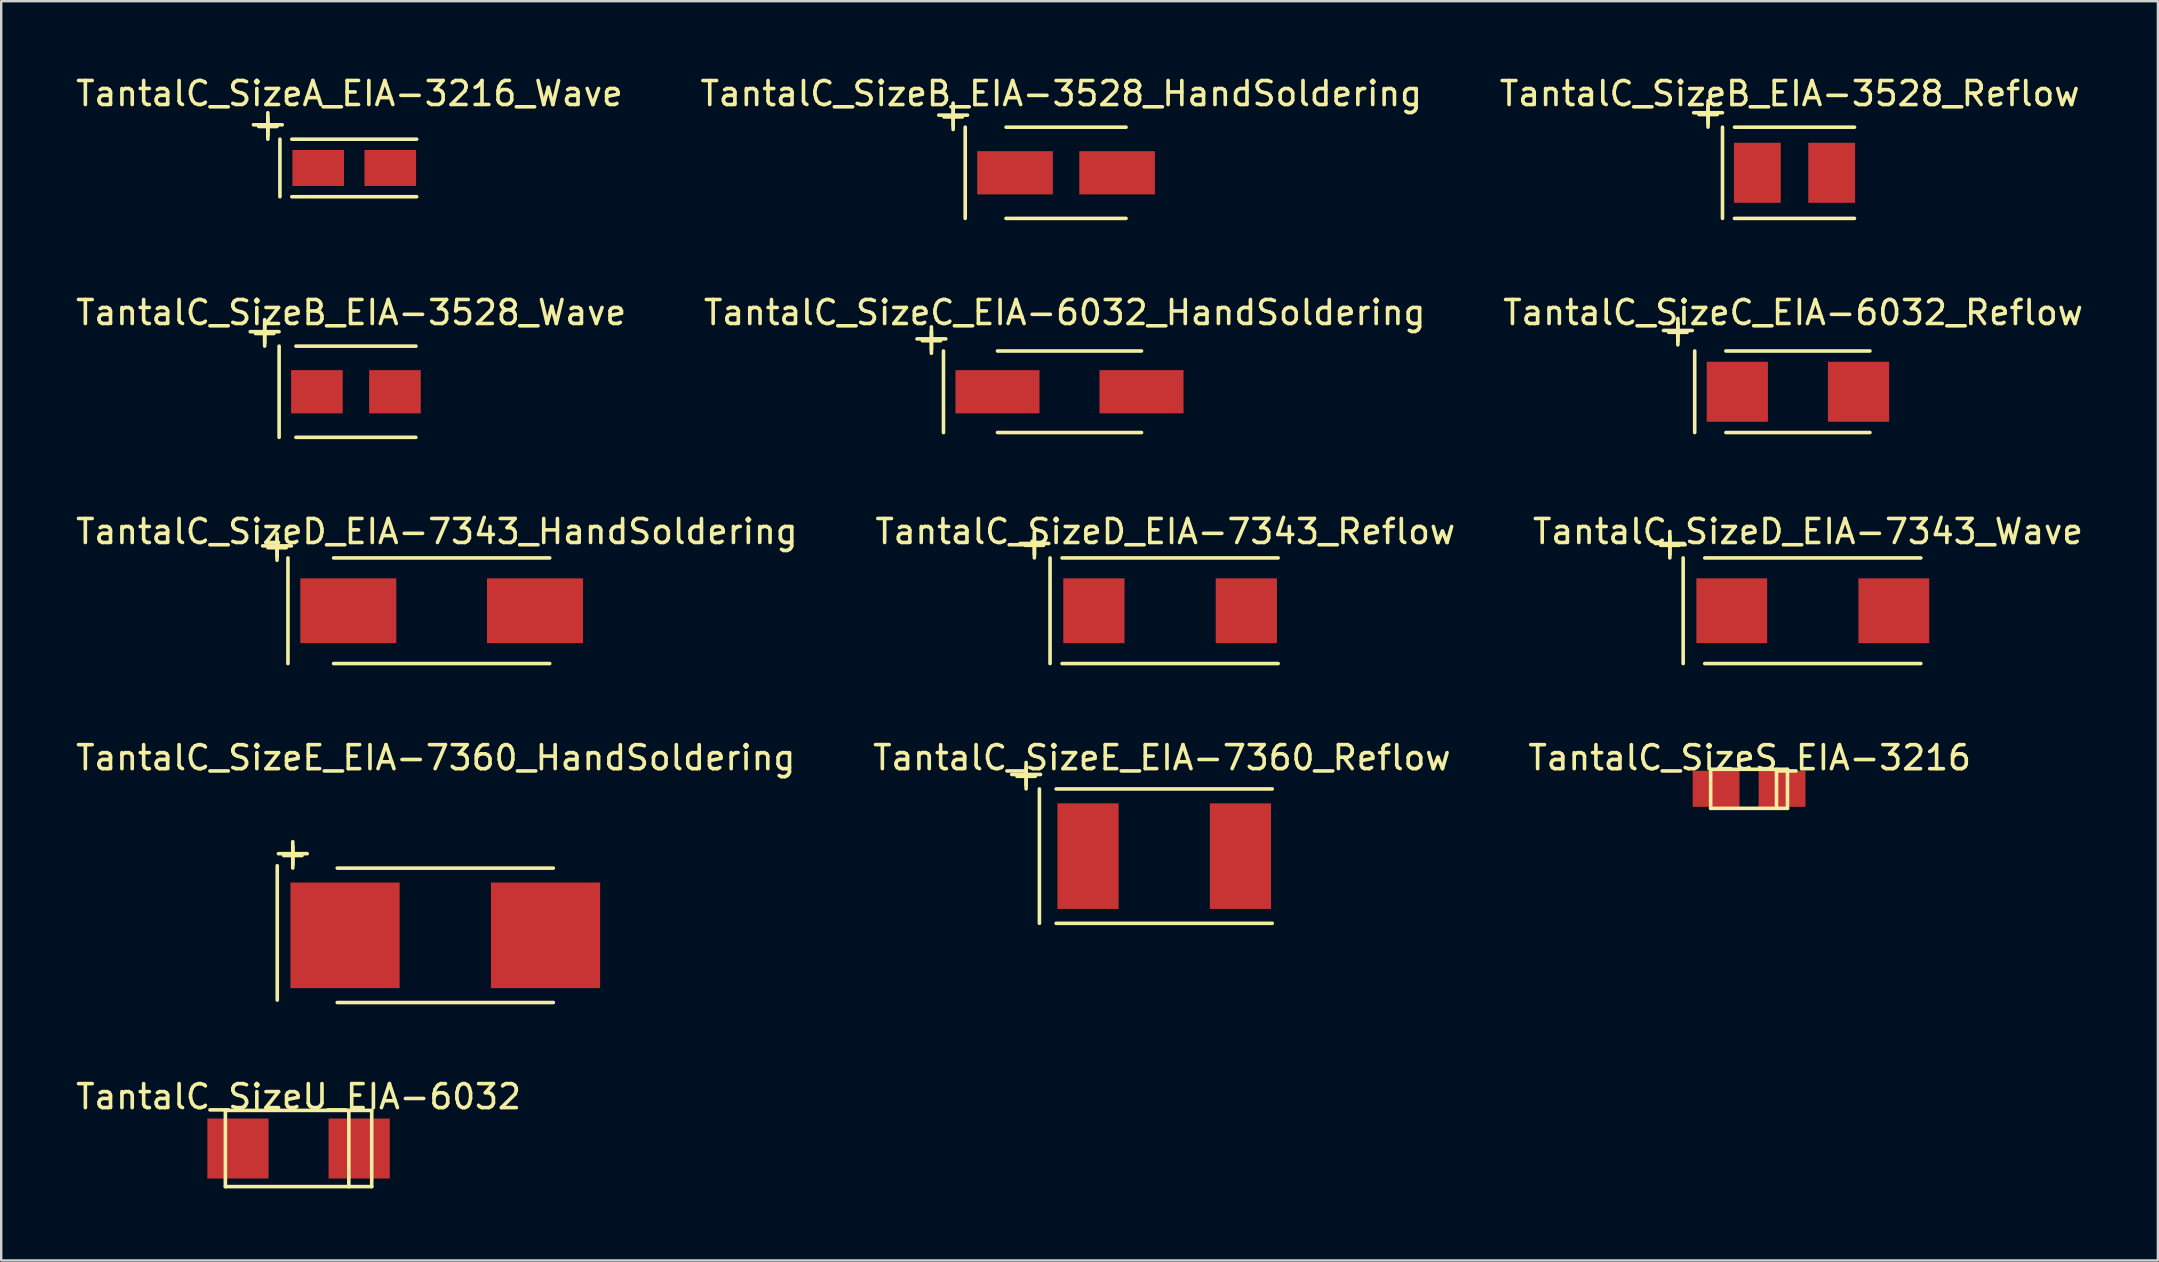
<source format=kicad_pcb>
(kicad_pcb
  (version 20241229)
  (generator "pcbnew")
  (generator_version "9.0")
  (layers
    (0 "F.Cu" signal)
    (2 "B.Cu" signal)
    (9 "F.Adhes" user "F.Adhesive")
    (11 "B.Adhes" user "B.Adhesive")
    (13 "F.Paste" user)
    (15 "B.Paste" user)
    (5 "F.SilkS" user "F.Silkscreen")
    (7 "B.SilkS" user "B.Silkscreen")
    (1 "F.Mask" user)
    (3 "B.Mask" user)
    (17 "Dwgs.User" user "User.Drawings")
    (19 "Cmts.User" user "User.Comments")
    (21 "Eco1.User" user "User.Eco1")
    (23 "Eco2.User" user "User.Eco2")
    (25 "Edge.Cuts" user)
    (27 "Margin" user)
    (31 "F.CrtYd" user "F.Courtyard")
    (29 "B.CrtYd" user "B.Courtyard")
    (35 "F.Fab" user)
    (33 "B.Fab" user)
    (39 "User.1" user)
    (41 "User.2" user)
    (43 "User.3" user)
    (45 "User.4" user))
  (footprint "TantalC_SizeD_EIA-7343_HandSoldering"
    (layer "F.Cu")
    (at 15.349 22.393)
    (property "Reference" "TantalC_SizeD_EIA-7343_HandSoldering" (at -0.201 -3.299 0) (layer "F.SilkS") (effects (font (size 1 1) (thickness 0.15))))
    (attr smd)
    (fp_line (start -7.457 -2.703) (end -6.259 -2.703) (stroke (width 0.15) (type solid)) (layer "F.SilkS"))
    (fp_line (start -6.858 -3.203) (end -6.858 -2.103) (stroke (width 0.15) (type solid)) (layer "F.SilkS"))
    (fp_line (start -6.403 -2.2) (end -6.403 2.2) (stroke (width 0.15) (type solid)) (layer "F.SilkS"))
    (fp_line (start -4.501 2.2) (end 4.501 2.2) (stroke (width 0.15) (type solid)) (layer "F.SilkS"))
    (fp_line (start 4.501 -2.2) (end -4.501 -2.2) (stroke (width 0.15) (type solid)) (layer "F.SilkS"))
    (fp_text user "+" (at -6.855 -2.7 0) (layer "F.SilkS") (effects (font (size 1 1) (thickness 0.15))))
    (pad "1" smd rect (at -3.889 0) (size 4 2.7) (layers "F.Cu" "F.Mask" "F.Paste"))
    (pad "2" smd rect (at 3.889 0) (size 4 2.7) (layers "F.Cu" "F.Mask" "F.Paste")))
  (footprint "TantalC_SizeE_EIA-7360_HandSoldering"
    (layer "F.Cu")
    (at 15.5 35.915)
    (property "Reference" "TantalC_SizeE_EIA-7360_HandSoldering" (at -0.399 -7.399 0) (layer "F.SilkS") (effects (font (size 1 1) (thickness 0.15))))
    (attr smd)
    (fp_line (start -7 -2.901) (end -7 2.697) (stroke (width 0.15) (type solid)) (layer "F.SilkS"))
    (fp_line (start -6.952 -3.401) (end -5.753 -3.401) (stroke (width 0.15) (type solid)) (layer "F.SilkS"))
    (fp_line (start -6.353 -3.901) (end -6.353 -2.802) (stroke (width 0.15) (type solid)) (layer "F.SilkS"))
    (fp_line (start -4.501 2.799) (end 4.501 2.799) (stroke (width 0.15) (type solid)) (layer "F.SilkS"))
    (fp_line (start 4.501 -2.799) (end -4.501 -2.799) (stroke (width 0.15) (type solid)) (layer "F.SilkS"))
    (fp_text user "+" (at -6.35 -3.399 0) (layer "F.SilkS") (effects (font (size 1 1) (thickness 0.15))))
    (pad "1" smd rect (at -4.176 0) (size 4.549 4.399) (layers "F.Cu" "F.Mask" "F.Paste"))
    (pad "2" smd rect (at 4.176 0) (size 4.549 4.399) (layers "F.Cu" "F.Mask" "F.Paste")))
  (footprint "TantalC_SizeC_EIA-6032_Reflow"
    (layer "F.Cu")
    (at 71.849 13.27)
    (property "Reference" "TantalC_SizeC_EIA-6032_Reflow" (at -0.201 -3.299 0) (layer "F.SilkS") (effects (font (size 1 1) (thickness 0.15))))
    (attr smd)
    (fp_line (start -5.601 -2.553) (end -4.402 -2.553) (stroke (width 0.15) (type solid)) (layer "F.SilkS"))
    (fp_line (start -5.001 -3.053) (end -5.001 -1.953) (stroke (width 0.15) (type solid)) (layer "F.SilkS"))
    (fp_line (start -4.3 -1.699) (end -4.3 1.699) (stroke (width 0.15) (type solid)) (layer "F.SilkS"))
    (fp_line (start 3 -1.699) (end -3 -1.699) (stroke (width 0.15) (type solid)) (layer "F.SilkS"))
    (fp_line (start 3 1.699) (end -3 1.699) (stroke (width 0.15) (type solid)) (layer "F.SilkS"))
    (fp_text user "+" (at -4.999 -2.55 0) (layer "F.SilkS") (effects (font (size 1 1) (thickness 0.15))))
    (pad "1" smd rect (at -2.525 0) (size 2.55 2.499) (layers "F.Cu" "F.Mask" "F.Paste"))
    (pad "2" smd rect (at 2.525 0) (size 2.55 2.499) (layers "F.Cu" "F.Mask" "F.Paste")))
  (footprint "TantalC_SizeS_EIA-3216"
    (layer "F.Cu")
    (at 69.814 29.811)
    (property "Reference" "TantalC_SizeS_EIA-3216" (at 0.025 -1.295 0) (layer "F.SilkS") (effects (font (size 1 1) (thickness 0.15))))
    (attr through_hole)
    (fp_line (start -1.6 -0.813) (end -1.6 0.813) (stroke (width 0.15) (type solid)) (layer "F.SilkS"))
    (fp_line (start -1.6 0.813) (end 1.6 0.813) (stroke (width 0.15) (type solid)) (layer "F.SilkS"))
    (fp_line (start 1.143 0.813) (end 1.143 -0.813) (stroke (width 0.15) (type solid)) (layer "F.SilkS"))
    (fp_line (start 1.6 -0.813) (end -1.6 -0.813) (stroke (width 0.15) (type solid)) (layer "F.SilkS"))
    (fp_line (start 1.6 0.813) (end 1.6 -0.813) (stroke (width 0.15) (type solid)) (layer "F.SilkS"))
    (pad "1" smd rect (at 1.374 0) (size 1.951 1.501) (layers "F.Cu" "F.Mask" "F.Paste"))
    (pad "2" smd rect (at -1.374 0) (size 1.951 1.501) (layers "F.Cu" "F.Mask" "F.Paste")))
  (footprint "TantalC_SizeB_EIA-3528_Reflow"
    (layer "F.Cu")
    (at 71.707 4.148)
    (property "Reference" "TantalC_SizeB_EIA-3528_Reflow" (at -0.201 -3.299 0) (layer "F.SilkS") (effects (font (size 1 1) (thickness 0.15))))
    (attr smd)
    (fp_line (start -4.201 -2.502) (end -3.002 -2.502) (stroke (width 0.15) (type solid)) (layer "F.SilkS"))
    (fp_line (start -3.602 -3.002) (end -3.602 -1.902) (stroke (width 0.15) (type solid)) (layer "F.SilkS"))
    (fp_line (start -3 -1.9) (end -3 1.9) (stroke (width 0.15) (type solid)) (layer "F.SilkS"))
    (fp_line (start 2.497 1.9) (end -2.502 1.9) (stroke (width 0.15) (type solid)) (layer "F.SilkS"))
    (fp_line (start 2.499 -1.9) (end -2.499 -1.9) (stroke (width 0.15) (type solid)) (layer "F.SilkS"))
    (fp_text user "+" (at -3.599 -2.499 0) (layer "F.SilkS") (effects (font (size 1 1) (thickness 0.15))))
    (pad "1" smd rect (at -1.549 0) (size 1.951 2.499) (layers "F.Cu" "F.Mask" "F.Paste"))
    (pad "2" smd rect (at 1.549 0) (size 1.951 2.499) (layers "F.Cu" "F.Mask" "F.Paste")))
  (footprint "TantalC_SizeU_EIA-6032"
    (layer "F.Cu")
    (at 9.387 44.796)
    (property "Reference" "TantalC_SizeU_EIA-6032" (at 0 -2.159 0) (layer "F.SilkS") (effects (font (size 1 1) (thickness 0.15))))
    (attr through_hole)
    (fp_line (start -3.048 -1.587) (end -3.048 1.587) (stroke (width 0.15) (type solid)) (layer "F.SilkS"))
    (fp_line (start -3.048 1.587) (end 3.048 1.587) (stroke (width 0.15) (type solid)) (layer "F.SilkS"))
    (fp_line (start 2.095 -1.587) (end 2.095 1.587) (stroke (width 0.15) (type solid)) (layer "F.SilkS"))
    (fp_line (start 3.048 -1.587) (end -3.048 -1.587) (stroke (width 0.15) (type solid)) (layer "F.SilkS"))
    (fp_line (start 3.048 1.587) (end 3.048 -1.587) (stroke (width 0.15) (type solid)) (layer "F.SilkS"))
    (pad "1" smd rect (at 2.525 0) (size 2.55 2.499) (layers "F.Cu" "F.Mask" "F.Paste"))
    (pad "2" smd rect (at -2.525 0) (size 2.55 2.499) (layers "F.Cu" "F.Mask" "F.Paste")))
  (footprint "TantalC_SizeB_EIA-3528_HandSoldering"
    (layer "F.Cu")
    (at 41.361 4.148)
    (property "Reference" "TantalC_SizeB_EIA-3528_HandSoldering" (at -0.201 -3.299 0) (layer "F.SilkS") (effects (font (size 1 1) (thickness 0.15))))
    (attr smd)
    (fp_line (start -5.304 -2.403) (end -4.105 -2.403) (stroke (width 0.15) (type solid)) (layer "F.SilkS"))
    (fp_line (start -4.704 -2.903) (end -4.704 -1.803) (stroke (width 0.15) (type solid)) (layer "F.SilkS"))
    (fp_line (start -4.201 -1.9) (end -4.201 1.9) (stroke (width 0.15) (type solid)) (layer "F.SilkS"))
    (fp_line (start 2.497 1.9) (end -2.502 1.9) (stroke (width 0.15) (type solid)) (layer "F.SilkS"))
    (fp_line (start 2.499 -1.9) (end -2.499 -1.9) (stroke (width 0.15) (type solid)) (layer "F.SilkS"))
    (fp_text user "+" (at -4.702 -2.4 0) (layer "F.SilkS") (effects (font (size 1 1) (thickness 0.15))))
    (pad "1" smd rect (at -2.126 0) (size 3.15 1.801) (layers "F.Cu" "F.Mask" "F.Paste"))
    (pad "2" smd rect (at 2.126 0) (size 3.15 1.801) (layers "F.Cu" "F.Mask" "F.Paste")))
  (footprint "TantalC_SizeA_EIA-3216_Wave"
    (layer "F.Cu")
    (at 11.707 3.947)
    (property "Reference" "TantalC_SizeA_EIA-3216_Wave" (at -0.201 -3.099 0) (layer "F.SilkS") (effects (font (size 1 1) (thickness 0.15))))
    (attr smd)
    (fp_line (start -4.199 -1.798) (end -3 -1.798) (stroke (width 0.15) (type solid)) (layer "F.SilkS"))
    (fp_line (start -3.599 -2.299) (end -3.599 -1.199) (stroke (width 0.15) (type solid)) (layer "F.SilkS"))
    (fp_line (start -3.096 -1.199) (end -3.096 1.199) (stroke (width 0.15) (type solid)) (layer "F.SilkS"))
    (fp_line (start -2.601 1.199) (end 2.601 1.199) (stroke (width 0.15) (type solid)) (layer "F.SilkS"))
    (fp_line (start 2.601 -1.199) (end -2.601 -1.199) (stroke (width 0.15) (type solid)) (layer "F.SilkS"))
    (fp_text user "+" (at -3.599 -1.801 0) (layer "F.SilkS") (effects (font (size 1 1) (thickness 0.15))))
    (pad "1" smd rect (at -1.501 0) (size 2.149 1.501) (layers "F.Cu" "F.Mask" "F.Paste"))
    (pad "2" smd rect (at 1.501 0) (size 2.149 1.501) (layers "F.Cu" "F.Mask" "F.Paste")))
  (footprint "TantalC_SizeB_EIA-3528_Wave"
    (layer "F.Cu")
    (at 11.778 13.27)
    (property "Reference" "TantalC_SizeB_EIA-3528_Wave" (at -0.201 -3.299 0) (layer "F.SilkS") (effects (font (size 1 1) (thickness 0.15))))
    (attr smd)
    (fp_line (start -4.402 -2.502) (end -3.203 -2.502) (stroke (width 0.15) (type solid)) (layer "F.SilkS"))
    (fp_line (start -3.802 -3.002) (end -3.802 -1.902) (stroke (width 0.15) (type solid)) (layer "F.SilkS"))
    (fp_line (start -3.2 -1.9) (end -3.2 1.9) (stroke (width 0.15) (type solid)) (layer "F.SilkS"))
    (fp_line (start 2.497 1.9) (end -2.502 1.9) (stroke (width 0.15) (type solid)) (layer "F.SilkS"))
    (fp_line (start 2.499 -1.9) (end -2.499 -1.9) (stroke (width 0.15) (type solid)) (layer "F.SilkS"))
    (fp_text user "+" (at -3.8 -2.499 0) (layer "F.SilkS") (effects (font (size 1 1) (thickness 0.15))))
    (pad "1" smd rect (at -1.626 0) (size 2.149 1.801) (layers "F.Cu" "F.Mask" "F.Paste"))
    (pad "2" smd rect (at 1.626 0) (size 2.149 1.801) (layers "F.Cu" "F.Mask" "F.Paste")))
  (footprint "TantalC_SizeD_EIA-7343_Wave"
    (layer "F.Cu")
    (at 72.469 22.393)
    (property "Reference" "TantalC_SizeD_EIA-7343_Wave" (at -0.201 -3.299 0) (layer "F.SilkS") (effects (font (size 1 1) (thickness 0.15))))
    (attr smd)
    (fp_line (start -6.556 -2.802) (end -5.357 -2.802) (stroke (width 0.15) (type solid)) (layer "F.SilkS"))
    (fp_line (start -5.956 -3.302) (end -5.956 -2.202) (stroke (width 0.15) (type solid)) (layer "F.SilkS"))
    (fp_line (start -5.4 -2.2) (end -5.4 2.2) (stroke (width 0.15) (type solid)) (layer "F.SilkS"))
    (fp_line (start -4.501 2.2) (end 4.501 2.2) (stroke (width 0.15) (type solid)) (layer "F.SilkS"))
    (fp_line (start 4.501 -2.2) (end -4.501 -2.2) (stroke (width 0.15) (type solid)) (layer "F.SilkS"))
    (fp_text user "+" (at -5.954 -2.799 0) (layer "F.SilkS") (effects (font (size 1 1) (thickness 0.15))))
    (pad "1" smd rect (at -3.376 0) (size 2.949 2.7) (layers "F.Cu" "F.Mask" "F.Paste"))
    (pad "2" smd rect (at 3.376 0) (size 2.949 2.7) (layers "F.Cu" "F.Mask" "F.Paste")))
  (footprint "TantalC_SizeE_EIA-7360_Reflow"
    (layer "F.Cu")
    (at 45.45 32.615)
    (property "Reference" "TantalC_SizeE_EIA-7360_Reflow" (at -0.099 -4.1 0) (layer "F.SilkS") (effects (font (size 1 1) (thickness 0.15))))
    (attr smd)
    (fp_line (start -6.353 -3.401) (end -5.154 -3.401) (stroke (width 0.15) (type solid)) (layer "F.SilkS"))
    (fp_line (start -5.753 -3.901) (end -5.753 -2.802) (stroke (width 0.15) (type solid)) (layer "F.SilkS"))
    (fp_line (start -5.199 -2.799) (end -5.199 2.799) (stroke (width 0.15) (type solid)) (layer "F.SilkS"))
    (fp_line (start -4.501 2.799) (end 4.501 2.799) (stroke (width 0.15) (type solid)) (layer "F.SilkS"))
    (fp_line (start 4.501 -2.799) (end -4.501 -2.799) (stroke (width 0.15) (type solid)) (layer "F.SilkS"))
    (fp_text user "+" (at -5.751 -3.399 0) (layer "F.SilkS") (effects (font (size 1 1) (thickness 0.15))))
    (pad "1" smd rect (at -3.175 0) (size 2.55 4.399) (layers "F.Cu" "F.Mask" "F.Paste"))
    (pad "2" smd rect (at 3.175 0) (size 2.55 4.399) (layers "F.Cu" "F.Mask" "F.Paste")))
  (footprint "TantalC_SizeC_EIA-6032_HandSoldering"
    (layer "F.Cu")
    (at 41.504 13.27)
    (property "Reference" "TantalC_SizeC_EIA-6032_HandSoldering" (at -0.201 -3.299 0) (layer "F.SilkS") (effects (font (size 1 1) (thickness 0.15))))
    (attr smd)
    (fp_line (start -6.353 -2.202) (end -5.154 -2.202) (stroke (width 0.15) (type solid)) (layer "F.SilkS"))
    (fp_line (start -5.753 -2.703) (end -5.753 -1.603) (stroke (width 0.15) (type solid)) (layer "F.SilkS"))
    (fp_line (start -5.25 -1.699) (end -5.25 1.699) (stroke (width 0.15) (type solid)) (layer "F.SilkS"))
    (fp_line (start 3 -1.699) (end -3 -1.699) (stroke (width 0.15) (type solid)) (layer "F.SilkS"))
    (fp_line (start 3 1.699) (end -3 1.699) (stroke (width 0.15) (type solid)) (layer "F.SilkS"))
    (fp_text user "+" (at -5.751 -2.2 0) (layer "F.SilkS") (effects (font (size 1 1) (thickness 0.15))))
    (pad "1" smd rect (at -3 0) (size 3.5 1.801) (layers "F.Cu" "F.Mask" "F.Paste"))
    (pad "2" smd rect (at 3 0) (size 3.5 1.801) (layers "F.Cu" "F.Mask" "F.Paste")))
  (footprint "TantalC_SizeD_EIA-7343_Reflow"
    (layer "F.Cu")
    (at 45.695 22.393)
    (property "Reference" "TantalC_SizeD_EIA-7343_Reflow" (at -0.201 -3.299 0) (layer "F.SilkS") (effects (font (size 1 1) (thickness 0.15))))
    (attr smd)
    (fp_line (start -6.253 -2.802) (end -5.055 -2.802) (stroke (width 0.15) (type solid)) (layer "F.SilkS"))
    (fp_line (start -5.654 -3.302) (end -5.654 -2.202) (stroke (width 0.15) (type solid)) (layer "F.SilkS"))
    (fp_line (start -5.001 -2.2) (end -5.001 2.2) (stroke (width 0.15) (type solid)) (layer "F.SilkS"))
    (fp_line (start -4.501 2.2) (end 4.501 2.2) (stroke (width 0.15) (type solid)) (layer "F.SilkS"))
    (fp_line (start 4.501 -2.2) (end -4.501 -2.2) (stroke (width 0.15) (type solid)) (layer "F.SilkS"))
    (fp_text user "+" (at -5.652 -2.799 0) (layer "F.SilkS") (effects (font (size 1 1) (thickness 0.15))))
    (pad "1" smd rect (at -3.175 0) (size 2.55 2.7) (layers "F.Cu" "F.Mask" "F.Paste"))
    (pad "2" smd rect (at 3.175 0) (size 2.55 2.7) (layers "F.Cu" "F.Mask" "F.Paste")))
  (gr_rect
    (start -3 -3)
    (end 86.845 49.459)
    (stroke (width 0.1) (type default))
    (fill no)
    (layer "Edge.Cuts")))
</source>
